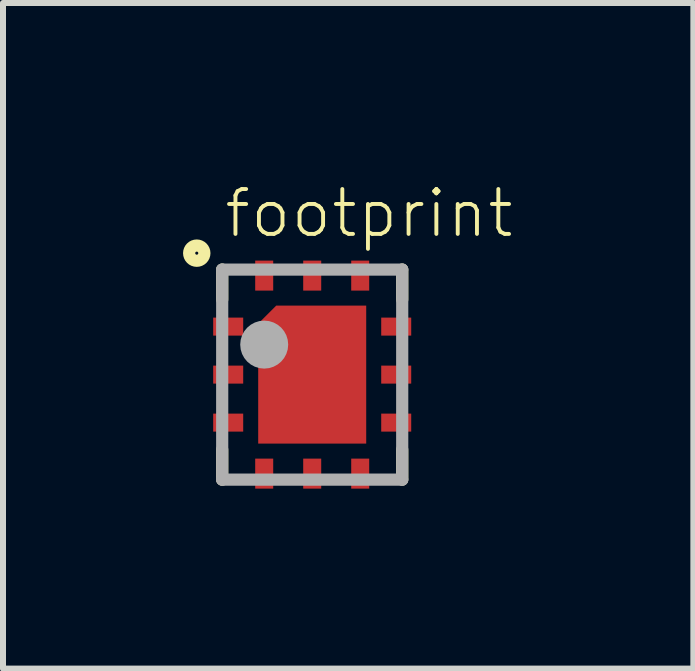
<source format=kicad_pcb>
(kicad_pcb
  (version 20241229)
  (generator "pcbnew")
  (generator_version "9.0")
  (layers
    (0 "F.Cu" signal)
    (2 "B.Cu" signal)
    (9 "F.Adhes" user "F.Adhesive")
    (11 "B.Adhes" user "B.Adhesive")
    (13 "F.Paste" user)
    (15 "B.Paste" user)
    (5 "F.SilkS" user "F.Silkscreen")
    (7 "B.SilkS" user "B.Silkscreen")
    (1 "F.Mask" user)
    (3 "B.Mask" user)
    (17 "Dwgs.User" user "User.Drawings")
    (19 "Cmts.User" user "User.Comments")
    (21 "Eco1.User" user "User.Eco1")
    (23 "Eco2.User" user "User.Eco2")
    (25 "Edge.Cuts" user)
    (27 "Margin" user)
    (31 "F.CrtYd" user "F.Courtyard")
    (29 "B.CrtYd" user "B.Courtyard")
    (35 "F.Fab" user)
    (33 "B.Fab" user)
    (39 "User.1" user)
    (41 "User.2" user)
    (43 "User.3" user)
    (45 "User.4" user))
  (footprint "footprint"
    (layer "F.Cu")
    (at 2.153 3.193)
    (property "Reference" "footprint" (at -1.5 -2.25 0) (layer "F.SilkS") (effects (font (size 0.748 0.748) (thickness 0.065)) (justify left bottom)))
    (fp_poly (pts (xy 0.9 1.15) (xy -0.9 1.15) (xy -0.9 -0.85) (xy -0.6 -1.15) (xy 0.9 -1.15)) (stroke (width 0) (type solid)) (fill yes) (layer "F.Cu"))
    (fp_poly (pts (xy 1 1.25) (xy -1 1.25) (xy -1 -0.9) (xy -0.65 -1.25) (xy 1 -1.25)) (stroke (width 0) (type solid)) (fill yes) (layer "F.Mask"))
    (fp_line (start -1.5 -1.75) (end -1.5 -1.25) (stroke (width 0.203) (type solid)) (layer "F.SilkS"))
    (fp_line (start -1.5 1.25) (end -1.5 1.75) (stroke (width 0.203) (type solid)) (layer "F.SilkS"))
    (fp_line (start 1.5 -1.75) (end 1.5 -1.25) (stroke (width 0.203) (type solid)) (layer "F.SilkS"))
    (fp_line (start 1.5 1.25) (end 1.5 1.75) (stroke (width 0.203) (type solid)) (layer "F.SilkS"))
    (fp_circle (center -1.924 -2.024) (end -1.797 -2.024) (stroke (width 0.203) (type solid)) (fill no) (layer "F.SilkS"))
    (fp_poly (pts (xy -1.65 -0.65) (xy -1.25 -0.65) (xy -1.25 -0.95) (xy -1.65 -0.95)) (stroke (width 0) (type solid)) (fill yes) (layer "F.Paste"))
    (fp_poly (pts (xy -1.65 0.15) (xy -1.25 0.15) (xy -1.25 -0.15) (xy -1.65 -0.15)) (stroke (width 0) (type solid)) (fill yes) (layer "F.Paste"))
    (fp_poly (pts (xy -1.65 0.95) (xy -1.25 0.95) (xy -1.25 0.65) (xy -1.65 0.65)) (stroke (width 0) (type solid)) (fill yes) (layer "F.Paste"))
    (fp_poly (pts (xy -0.95 -1.5) (xy -0.65 -1.5) (xy -0.65 -1.9) (xy -0.95 -1.9)) (stroke (width 0) (type solid)) (fill yes) (layer "F.Paste"))
    (fp_poly (pts (xy -0.95 1.9) (xy -0.65 1.9) (xy -0.65 1.5) (xy -0.95 1.5)) (stroke (width 0) (type solid)) (fill yes) (layer "F.Paste"))
    (fp_poly (pts (xy -0.35 0.45) (xy 0.35 0.45) (xy 0.35 -0.45) (xy -0.35 -0.45)) (stroke (width 0) (type solid)) (fill yes) (layer "F.Paste"))
    (fp_poly (pts (xy -0.15 -1.5) (xy 0.15 -1.5) (xy 0.15 -1.9) (xy -0.15 -1.9)) (stroke (width 0) (type solid)) (fill yes) (layer "F.Paste"))
    (fp_poly (pts (xy -0.15 1.9) (xy 0.15 1.9) (xy 0.15 1.5) (xy -0.15 1.5)) (stroke (width 0) (type solid)) (fill yes) (layer "F.Paste"))
    (fp_poly (pts (xy 0.65 -1.5) (xy 0.95 -1.5) (xy 0.95 -1.9) (xy 0.65 -1.9)) (stroke (width 0) (type solid)) (fill yes) (layer "F.Paste"))
    (fp_poly (pts (xy 0.65 1.9) (xy 0.95 1.9) (xy 0.95 1.5) (xy 0.65 1.5)) (stroke (width 0) (type solid)) (fill yes) (layer "F.Paste"))
    (fp_poly (pts (xy 1.25 -0.65) (xy 1.65 -0.65) (xy 1.65 -0.95) (xy 1.25 -0.95)) (stroke (width 0) (type solid)) (fill yes) (layer "F.Paste"))
    (fp_poly (pts (xy 1.25 0.15) (xy 1.65 0.15) (xy 1.65 -0.15) (xy 1.25 -0.15)) (stroke (width 0) (type solid)) (fill yes) (layer "F.Paste"))
    (fp_poly (pts (xy 1.25 0.95) (xy 1.65 0.95) (xy 1.65 0.65) (xy 1.25 0.65)) (stroke (width 0) (type solid)) (fill yes) (layer "F.Paste"))
    (fp_line (start -1.5 -1.75) (end -1.5 1.75) (stroke (width 0.203) (type solid)) (layer "F.Fab"))
    (fp_line (start -1.5 1.75) (end 1.5 1.75) (stroke (width 0.203) (type solid)) (layer "F.Fab"))
    (fp_line (start 1.5 -1.75) (end -1.5 -1.75) (stroke (width 0.203) (type solid)) (layer "F.Fab"))
    (fp_line (start 1.5 1.75) (end 1.5 -1.75) (stroke (width 0.203) (type solid)) (layer "F.Fab"))
    (fp_circle (center -0.8 -0.5) (end -0.6 -0.5) (stroke (width 0.4) (type solid)) (fill no) (layer "F.Fab"))
    (pad "1" smd rect (at -1.4 -0.8) (size 0.5 0.3) (layers "F.Cu" "F.Mask"))
    (pad "2" smd rect (at -1.4 0) (size 0.5 0.3) (layers "F.Cu" "F.Mask"))
    (pad "3" smd rect (at -1.4 0.8) (size 0.5 0.3) (layers "F.Cu" "F.Mask"))
    (pad "4" smd rect (at -0.8 1.65 90) (size 0.5 0.3) (layers "F.Cu" "F.Mask"))
    (pad "5" smd rect (at 0 1.65 90) (size 0.5 0.3) (layers "F.Cu" "F.Mask"))
    (pad "6" smd rect (at 0.8 1.65 90) (size 0.5 0.3) (layers "F.Cu" "F.Mask"))
    (pad "7" smd rect (at 1.4 0.8) (size 0.5 0.3) (layers "F.Cu" "F.Mask"))
    (pad "8" smd rect (at 1.4 0) (size 0.5 0.3) (layers "F.Cu" "F.Mask"))
    (pad "9" smd rect (at 1.4 -0.8) (size 0.5 0.3) (layers "F.Cu" "F.Mask"))
    (pad "10" smd rect (at 0.8 -1.65 270) (size 0.5 0.3) (layers "F.Cu" "F.Mask"))
    (pad "11" smd rect (at 0 -1.65 270) (size 0.5 0.3) (layers "F.Cu" "F.Mask"))
    (pad "12" smd rect (at -0.8 -1.65 270) (size 0.5 0.3) (layers "F.Cu" "F.Mask"))
    (pad "DIEPAD" smd rect (at 0 0 90) (size 0.61 0.305) (layers "F.Cu")))
  (gr_rect
    (start -3 -3)
    (end 8.505 8.093)
    (stroke (width 0.1) (type default))
    (fill no)
    (layer "Edge.Cuts")))
</source>
